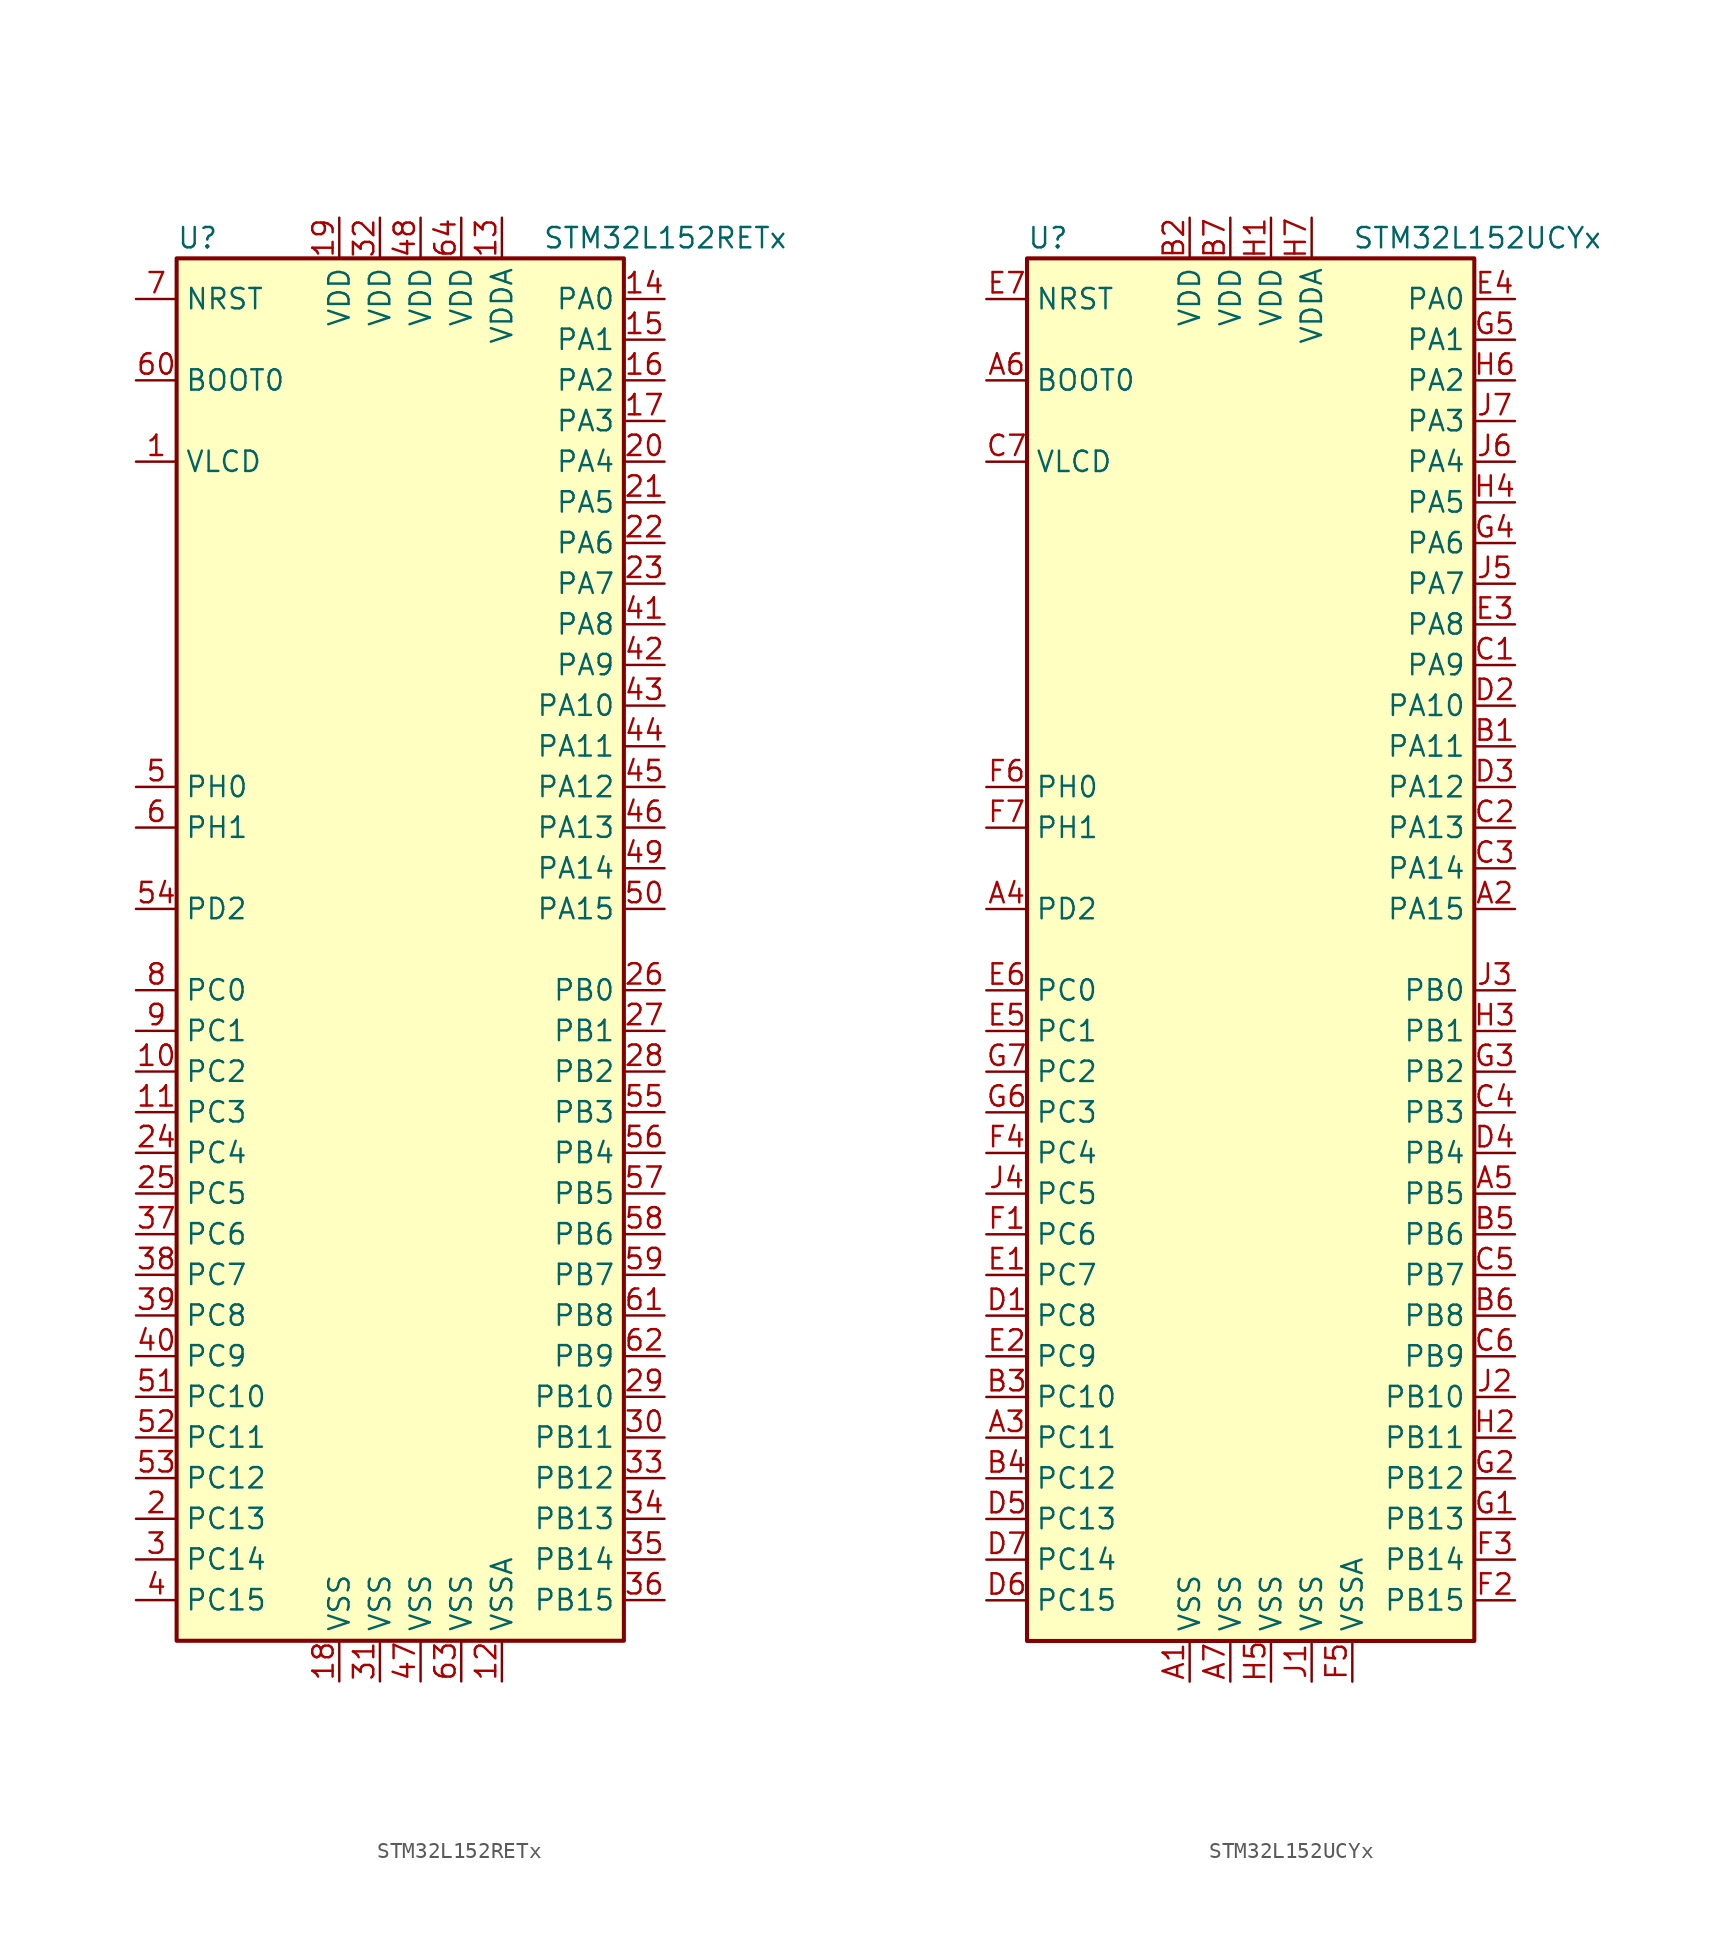
<source format=kicad_sym>
(kicad_symbol_lib
  (version 20201005)
  (generator kicad_symbol_editor)
  (symbol "MCU_ST_STM32L1:STM32L152RETx"
    (property "Reference" "U"
      (at -15.24 44.45 0)
      (effects (font (size 1.27 1.27)) (justify left)))
    (property "Value" "STM32L152RETx"
      (at 7.62 44.45 0)
      (effects (font (size 1.27 1.27)) (justify left)))
    (symbol "STM32L152RETx_0_1"
      (rectangle (start -15.24 -43.18) (end 12.7 43.18) (stroke (width 0.254)) (fill (type background))))
    (symbol "STM32L152RETx_1_1"
      (pin input line (at -17.78 35.56 0) (length 2.54) (name "BOOT0" (effects (font (size 1.27 1.27)))) (number "60" (effects (font (size 1.27 1.27)))))
      (pin input line (at -17.78 40.64 0) (length 2.54) (name "NRST" (effects (font (size 1.27 1.27)))) (number "7" (effects (font (size 1.27 1.27)))))
      (pin bidirectional line (at 15.24 40.64 180) (length 2.54) (name "PA0" (effects (font (size 1.27 1.27)))) (number "14" (effects (font (size 1.27 1.27)))))
      (pin bidirectional line (at 15.24 38.1 180) (length 2.54) (name "PA1" (effects (font (size 1.27 1.27)))) (number "15" (effects (font (size 1.27 1.27)))))
      (pin bidirectional line (at 15.24 15.24 180) (length 2.54) (name "PA10" (effects (font (size 1.27 1.27)))) (number "43" (effects (font (size 1.27 1.27)))))
      (pin bidirectional line (at 15.24 12.7 180) (length 2.54) (name "PA11" (effects (font (size 1.27 1.27)))) (number "44" (effects (font (size 1.27 1.27)))))
      (pin bidirectional line (at 15.24 10.16 180) (length 2.54) (name "PA12" (effects (font (size 1.27 1.27)))) (number "45" (effects (font (size 1.27 1.27)))))
      (pin bidirectional line (at 15.24 7.62 180) (length 2.54) (name "PA13" (effects (font (size 1.27 1.27)))) (number "46" (effects (font (size 1.27 1.27)))))
      (pin bidirectional line (at 15.24 5.08 180) (length 2.54) (name "PA14" (effects (font (size 1.27 1.27)))) (number "49" (effects (font (size 1.27 1.27)))))
      (pin bidirectional line (at 15.24 2.54 180) (length 2.54) (name "PA15" (effects (font (size 1.27 1.27)))) (number "50" (effects (font (size 1.27 1.27)))))
      (pin bidirectional line (at 15.24 35.56 180) (length 2.54) (name "PA2" (effects (font (size 1.27 1.27)))) (number "16" (effects (font (size 1.27 1.27)))))
      (pin bidirectional line (at 15.24 33.02 180) (length 2.54) (name "PA3" (effects (font (size 1.27 1.27)))) (number "17" (effects (font (size 1.27 1.27)))))
      (pin bidirectional line (at 15.24 30.48 180) (length 2.54) (name "PA4" (effects (font (size 1.27 1.27)))) (number "20" (effects (font (size 1.27 1.27)))))
      (pin bidirectional line (at 15.24 27.94 180) (length 2.54) (name "PA5" (effects (font (size 1.27 1.27)))) (number "21" (effects (font (size 1.27 1.27)))))
      (pin bidirectional line (at 15.24 25.4 180) (length 2.54) (name "PA6" (effects (font (size 1.27 1.27)))) (number "22" (effects (font (size 1.27 1.27)))))
      (pin bidirectional line (at 15.24 22.86 180) (length 2.54) (name "PA7" (effects (font (size 1.27 1.27)))) (number "23" (effects (font (size 1.27 1.27)))))
      (pin bidirectional line (at 15.24 20.32 180) (length 2.54) (name "PA8" (effects (font (size 1.27 1.27)))) (number "41" (effects (font (size 1.27 1.27)))))
      (pin bidirectional line (at 15.24 17.78 180) (length 2.54) (name "PA9" (effects (font (size 1.27 1.27)))) (number "42" (effects (font (size 1.27 1.27)))))
      (pin bidirectional line (at 15.24 -2.54 180) (length 2.54) (name "PB0" (effects (font (size 1.27 1.27)))) (number "26" (effects (font (size 1.27 1.27)))))
      (pin bidirectional line (at 15.24 -5.08 180) (length 2.54) (name "PB1" (effects (font (size 1.27 1.27)))) (number "27" (effects (font (size 1.27 1.27)))))
      (pin bidirectional line (at 15.24 -27.94 180) (length 2.54) (name "PB10" (effects (font (size 1.27 1.27)))) (number "29" (effects (font (size 1.27 1.27)))))
      (pin bidirectional line (at 15.24 -30.48 180) (length 2.54) (name "PB11" (effects (font (size 1.27 1.27)))) (number "30" (effects (font (size 1.27 1.27)))))
      (pin bidirectional line (at 15.24 -33.02 180) (length 2.54) (name "PB12" (effects (font (size 1.27 1.27)))) (number "33" (effects (font (size 1.27 1.27)))))
      (pin bidirectional line (at 15.24 -35.56 180) (length 2.54) (name "PB13" (effects (font (size 1.27 1.27)))) (number "34" (effects (font (size 1.27 1.27)))))
      (pin bidirectional line (at 15.24 -38.1 180) (length 2.54) (name "PB14" (effects (font (size 1.27 1.27)))) (number "35" (effects (font (size 1.27 1.27)))))
      (pin bidirectional line (at 15.24 -40.64 180) (length 2.54) (name "PB15" (effects (font (size 1.27 1.27)))) (number "36" (effects (font (size 1.27 1.27)))))
      (pin bidirectional line (at 15.24 -7.62 180) (length 2.54) (name "PB2" (effects (font (size 1.27 1.27)))) (number "28" (effects (font (size 1.27 1.27)))))
      (pin bidirectional line (at 15.24 -10.16 180) (length 2.54) (name "PB3" (effects (font (size 1.27 1.27)))) (number "55" (effects (font (size 1.27 1.27)))))
      (pin bidirectional line (at 15.24 -12.7 180) (length 2.54) (name "PB4" (effects (font (size 1.27 1.27)))) (number "56" (effects (font (size 1.27 1.27)))))
      (pin bidirectional line (at 15.24 -15.24 180) (length 2.54) (name "PB5" (effects (font (size 1.27 1.27)))) (number "57" (effects (font (size 1.27 1.27)))))
      (pin bidirectional line (at 15.24 -17.78 180) (length 2.54) (name "PB6" (effects (font (size 1.27 1.27)))) (number "58" (effects (font (size 1.27 1.27)))))
      (pin bidirectional line (at 15.24 -20.32 180) (length 2.54) (name "PB7" (effects (font (size 1.27 1.27)))) (number "59" (effects (font (size 1.27 1.27)))))
      (pin bidirectional line (at 15.24 -22.86 180) (length 2.54) (name "PB8" (effects (font (size 1.27 1.27)))) (number "61" (effects (font (size 1.27 1.27)))))
      (pin bidirectional line (at 15.24 -25.4 180) (length 2.54) (name "PB9" (effects (font (size 1.27 1.27)))) (number "62" (effects (font (size 1.27 1.27)))))
      (pin bidirectional line (at -17.78 -2.54 0) (length 2.54) (name "PC0" (effects (font (size 1.27 1.27)))) (number "8" (effects (font (size 1.27 1.27)))))
      (pin bidirectional line (at -17.78 -5.08 0) (length 2.54) (name "PC1" (effects (font (size 1.27 1.27)))) (number "9" (effects (font (size 1.27 1.27)))))
      (pin bidirectional line (at -17.78 -27.94 0) (length 2.54) (name "PC10" (effects (font (size 1.27 1.27)))) (number "51" (effects (font (size 1.27 1.27)))))
      (pin bidirectional line (at -17.78 -30.48 0) (length 2.54) (name "PC11" (effects (font (size 1.27 1.27)))) (number "52" (effects (font (size 1.27 1.27)))))
      (pin bidirectional line (at -17.78 -33.02 0) (length 2.54) (name "PC12" (effects (font (size 1.27 1.27)))) (number "53" (effects (font (size 1.27 1.27)))))
      (pin bidirectional line (at -17.78 -35.56 0) (length 2.54) (name "PC13" (effects (font (size 1.27 1.27)))) (number "2" (effects (font (size 1.27 1.27)))))
      (pin bidirectional line (at -17.78 -38.1 0) (length 2.54) (name "PC14" (effects (font (size 1.27 1.27)))) (number "3" (effects (font (size 1.27 1.27)))))
      (pin bidirectional line (at -17.78 -40.64 0) (length 2.54) (name "PC15" (effects (font (size 1.27 1.27)))) (number "4" (effects (font (size 1.27 1.27)))))
      (pin bidirectional line (at -17.78 -7.62 0) (length 2.54) (name "PC2" (effects (font (size 1.27 1.27)))) (number "10" (effects (font (size 1.27 1.27)))))
      (pin bidirectional line (at -17.78 -10.16 0) (length 2.54) (name "PC3" (effects (font (size 1.27 1.27)))) (number "11" (effects (font (size 1.27 1.27)))))
      (pin bidirectional line (at -17.78 -12.7 0) (length 2.54) (name "PC4" (effects (font (size 1.27 1.27)))) (number "24" (effects (font (size 1.27 1.27)))))
      (pin bidirectional line (at -17.78 -15.24 0) (length 2.54) (name "PC5" (effects (font (size 1.27 1.27)))) (number "25" (effects (font (size 1.27 1.27)))))
      (pin bidirectional line (at -17.78 -17.78 0) (length 2.54) (name "PC6" (effects (font (size 1.27 1.27)))) (number "37" (effects (font (size 1.27 1.27)))))
      (pin bidirectional line (at -17.78 -20.32 0) (length 2.54) (name "PC7" (effects (font (size 1.27 1.27)))) (number "38" (effects (font (size 1.27 1.27)))))
      (pin bidirectional line (at -17.78 -22.86 0) (length 2.54) (name "PC8" (effects (font (size 1.27 1.27)))) (number "39" (effects (font (size 1.27 1.27)))))
      (pin bidirectional line (at -17.78 -25.4 0) (length 2.54) (name "PC9" (effects (font (size 1.27 1.27)))) (number "40" (effects (font (size 1.27 1.27)))))
      (pin bidirectional line (at -17.78 2.54 0) (length 2.54) (name "PD2" (effects (font (size 1.27 1.27)))) (number "54" (effects (font (size 1.27 1.27)))))
      (pin input line (at -17.78 10.16 0) (length 2.54) (name "PH0" (effects (font (size 1.27 1.27)))) (number "5" (effects (font (size 1.27 1.27)))))
      (pin input line (at -17.78 7.62 0) (length 2.54) (name "PH1" (effects (font (size 1.27 1.27)))) (number "6" (effects (font (size 1.27 1.27)))))
      (pin power_in line (at -5.08 45.72 270) (length 2.54) (name "VDD" (effects (font (size 1.27 1.27)))) (number "19" (effects (font (size 1.27 1.27)))))
      (pin power_in line (at -2.54 45.72 270) (length 2.54) (name "VDD" (effects (font (size 1.27 1.27)))) (number "32" (effects (font (size 1.27 1.27)))))
      (pin power_in line (at 0 45.72 270) (length 2.54) (name "VDD" (effects (font (size 1.27 1.27)))) (number "48" (effects (font (size 1.27 1.27)))))
      (pin power_in line (at 2.54 45.72 270) (length 2.54) (name "VDD" (effects (font (size 1.27 1.27)))) (number "64" (effects (font (size 1.27 1.27)))))
      (pin power_in line (at 5.08 45.72 270) (length 2.54) (name "VDDA" (effects (font (size 1.27 1.27)))) (number "13" (effects (font (size 1.27 1.27)))))
      (pin power_in line (at -17.78 30.48 0) (length 2.54) (name "VLCD" (effects (font (size 1.27 1.27)))) (number "1" (effects (font (size 1.27 1.27)))))
      (pin power_in line (at -5.08 -45.72 90) (length 2.54) (name "VSS" (effects (font (size 1.27 1.27)))) (number "18" (effects (font (size 1.27 1.27)))))
      (pin power_in line (at -2.54 -45.72 90) (length 2.54) (name "VSS" (effects (font (size 1.27 1.27)))) (number "31" (effects (font (size 1.27 1.27)))))
      (pin power_in line (at 0 -45.72 90) (length 2.54) (name "VSS" (effects (font (size 1.27 1.27)))) (number "47" (effects (font (size 1.27 1.27)))))
      (pin power_in line (at 2.54 -45.72 90) (length 2.54) (name "VSS" (effects (font (size 1.27 1.27)))) (number "63" (effects (font (size 1.27 1.27)))))
      (pin power_in line (at 5.08 -45.72 90) (length 2.54) (name "VSSA" (effects (font (size 1.27 1.27)))) (number "12" (effects (font (size 1.27 1.27)))))))
  (symbol "MCU_ST_STM32L1:STM32L152UCYx"
    (property "Reference" "U"
      (at -15.24 44.45 0)
      (effects (font (size 1.27 1.27)) (justify left)))
    (property "Value" "STM32L152UCYx"
      (at 5.08 44.45 0)
      (effects (font (size 1.27 1.27)) (justify left)))
    (symbol "STM32L152UCYx_0_1"
      (rectangle (start -15.24 -43.18) (end 12.7 43.18) (stroke (width 0.254)) (fill (type background))))
    (symbol "STM32L152UCYx_1_1"
      (pin input line (at -17.78 35.56 0) (length 2.54) (name "BOOT0" (effects (font (size 1.27 1.27)))) (number "A6" (effects (font (size 1.27 1.27)))))
      (pin input line (at -17.78 40.64 0) (length 2.54) (name "NRST" (effects (font (size 1.27 1.27)))) (number "E7" (effects (font (size 1.27 1.27)))))
      (pin bidirectional line (at 15.24 40.64 180) (length 2.54) (name "PA0" (effects (font (size 1.27 1.27)))) (number "E4" (effects (font (size 1.27 1.27)))))
      (pin bidirectional line (at 15.24 38.1 180) (length 2.54) (name "PA1" (effects (font (size 1.27 1.27)))) (number "G5" (effects (font (size 1.27 1.27)))))
      (pin bidirectional line (at 15.24 15.24 180) (length 2.54) (name "PA10" (effects (font (size 1.27 1.27)))) (number "D2" (effects (font (size 1.27 1.27)))))
      (pin bidirectional line (at 15.24 12.7 180) (length 2.54) (name "PA11" (effects (font (size 1.27 1.27)))) (number "B1" (effects (font (size 1.27 1.27)))))
      (pin bidirectional line (at 15.24 10.16 180) (length 2.54) (name "PA12" (effects (font (size 1.27 1.27)))) (number "D3" (effects (font (size 1.27 1.27)))))
      (pin bidirectional line (at 15.24 7.62 180) (length 2.54) (name "PA13" (effects (font (size 1.27 1.27)))) (number "C2" (effects (font (size 1.27 1.27)))))
      (pin bidirectional line (at 15.24 5.08 180) (length 2.54) (name "PA14" (effects (font (size 1.27 1.27)))) (number "C3" (effects (font (size 1.27 1.27)))))
      (pin bidirectional line (at 15.24 2.54 180) (length 2.54) (name "PA15" (effects (font (size 1.27 1.27)))) (number "A2" (effects (font (size 1.27 1.27)))))
      (pin bidirectional line (at 15.24 35.56 180) (length 2.54) (name "PA2" (effects (font (size 1.27 1.27)))) (number "H6" (effects (font (size 1.27 1.27)))))
      (pin bidirectional line (at 15.24 33.02 180) (length 2.54) (name "PA3" (effects (font (size 1.27 1.27)))) (number "J7" (effects (font (size 1.27 1.27)))))
      (pin bidirectional line (at 15.24 30.48 180) (length 2.54) (name "PA4" (effects (font (size 1.27 1.27)))) (number "J6" (effects (font (size 1.27 1.27)))))
      (pin bidirectional line (at 15.24 27.94 180) (length 2.54) (name "PA5" (effects (font (size 1.27 1.27)))) (number "H4" (effects (font (size 1.27 1.27)))))
      (pin bidirectional line (at 15.24 25.4 180) (length 2.54) (name "PA6" (effects (font (size 1.27 1.27)))) (number "G4" (effects (font (size 1.27 1.27)))))
      (pin bidirectional line (at 15.24 22.86 180) (length 2.54) (name "PA7" (effects (font (size 1.27 1.27)))) (number "J5" (effects (font (size 1.27 1.27)))))
      (pin bidirectional line (at 15.24 20.32 180) (length 2.54) (name "PA8" (effects (font (size 1.27 1.27)))) (number "E3" (effects (font (size 1.27 1.27)))))
      (pin bidirectional line (at 15.24 17.78 180) (length 2.54) (name "PA9" (effects (font (size 1.27 1.27)))) (number "C1" (effects (font (size 1.27 1.27)))))
      (pin bidirectional line (at 15.24 -2.54 180) (length 2.54) (name "PB0" (effects (font (size 1.27 1.27)))) (number "J3" (effects (font (size 1.27 1.27)))))
      (pin bidirectional line (at 15.24 -5.08 180) (length 2.54) (name "PB1" (effects (font (size 1.27 1.27)))) (number "H3" (effects (font (size 1.27 1.27)))))
      (pin bidirectional line (at 15.24 -27.94 180) (length 2.54) (name "PB10" (effects (font (size 1.27 1.27)))) (number "J2" (effects (font (size 1.27 1.27)))))
      (pin bidirectional line (at 15.24 -30.48 180) (length 2.54) (name "PB11" (effects (font (size 1.27 1.27)))) (number "H2" (effects (font (size 1.27 1.27)))))
      (pin bidirectional line (at 15.24 -33.02 180) (length 2.54) (name "PB12" (effects (font (size 1.27 1.27)))) (number "G2" (effects (font (size 1.27 1.27)))))
      (pin bidirectional line (at 15.24 -35.56 180) (length 2.54) (name "PB13" (effects (font (size 1.27 1.27)))) (number "G1" (effects (font (size 1.27 1.27)))))
      (pin bidirectional line (at 15.24 -38.1 180) (length 2.54) (name "PB14" (effects (font (size 1.27 1.27)))) (number "F3" (effects (font (size 1.27 1.27)))))
      (pin bidirectional line (at 15.24 -40.64 180) (length 2.54) (name "PB15" (effects (font (size 1.27 1.27)))) (number "F2" (effects (font (size 1.27 1.27)))))
      (pin bidirectional line (at 15.24 -7.62 180) (length 2.54) (name "PB2" (effects (font (size 1.27 1.27)))) (number "G3" (effects (font (size 1.27 1.27)))))
      (pin bidirectional line (at 15.24 -10.16 180) (length 2.54) (name "PB3" (effects (font (size 1.27 1.27)))) (number "C4" (effects (font (size 1.27 1.27)))))
      (pin bidirectional line (at 15.24 -12.7 180) (length 2.54) (name "PB4" (effects (font (size 1.27 1.27)))) (number "D4" (effects (font (size 1.27 1.27)))))
      (pin bidirectional line (at 15.24 -15.24 180) (length 2.54) (name "PB5" (effects (font (size 1.27 1.27)))) (number "A5" (effects (font (size 1.27 1.27)))))
      (pin bidirectional line (at 15.24 -17.78 180) (length 2.54) (name "PB6" (effects (font (size 1.27 1.27)))) (number "B5" (effects (font (size 1.27 1.27)))))
      (pin bidirectional line (at 15.24 -20.32 180) (length 2.54) (name "PB7" (effects (font (size 1.27 1.27)))) (number "C5" (effects (font (size 1.27 1.27)))))
      (pin bidirectional line (at 15.24 -22.86 180) (length 2.54) (name "PB8" (effects (font (size 1.27 1.27)))) (number "B6" (effects (font (size 1.27 1.27)))))
      (pin bidirectional line (at 15.24 -25.4 180) (length 2.54) (name "PB9" (effects (font (size 1.27 1.27)))) (number "C6" (effects (font (size 1.27 1.27)))))
      (pin bidirectional line (at -17.78 -2.54 0) (length 2.54) (name "PC0" (effects (font (size 1.27 1.27)))) (number "E6" (effects (font (size 1.27 1.27)))))
      (pin bidirectional line (at -17.78 -5.08 0) (length 2.54) (name "PC1" (effects (font (size 1.27 1.27)))) (number "E5" (effects (font (size 1.27 1.27)))))
      (pin bidirectional line (at -17.78 -27.94 0) (length 2.54) (name "PC10" (effects (font (size 1.27 1.27)))) (number "B3" (effects (font (size 1.27 1.27)))))
      (pin bidirectional line (at -17.78 -30.48 0) (length 2.54) (name "PC11" (effects (font (size 1.27 1.27)))) (number "A3" (effects (font (size 1.27 1.27)))))
      (pin bidirectional line (at -17.78 -33.02 0) (length 2.54) (name "PC12" (effects (font (size 1.27 1.27)))) (number "B4" (effects (font (size 1.27 1.27)))))
      (pin bidirectional line (at -17.78 -35.56 0) (length 2.54) (name "PC13" (effects (font (size 1.27 1.27)))) (number "D5" (effects (font (size 1.27 1.27)))))
      (pin bidirectional line (at -17.78 -38.1 0) (length 2.54) (name "PC14" (effects (font (size 1.27 1.27)))) (number "D7" (effects (font (size 1.27 1.27)))))
      (pin bidirectional line (at -17.78 -40.64 0) (length 2.54) (name "PC15" (effects (font (size 1.27 1.27)))) (number "D6" (effects (font (size 1.27 1.27)))))
      (pin bidirectional line (at -17.78 -7.62 0) (length 2.54) (name "PC2" (effects (font (size 1.27 1.27)))) (number "G7" (effects (font (size 1.27 1.27)))))
      (pin bidirectional line (at -17.78 -10.16 0) (length 2.54) (name "PC3" (effects (font (size 1.27 1.27)))) (number "G6" (effects (font (size 1.27 1.27)))))
      (pin bidirectional line (at -17.78 -12.7 0) (length 2.54) (name "PC4" (effects (font (size 1.27 1.27)))) (number "F4" (effects (font (size 1.27 1.27)))))
      (pin bidirectional line (at -17.78 -15.24 0) (length 2.54) (name "PC5" (effects (font (size 1.27 1.27)))) (number "J4" (effects (font (size 1.27 1.27)))))
      (pin bidirectional line (at -17.78 -17.78 0) (length 2.54) (name "PC6" (effects (font (size 1.27 1.27)))) (number "F1" (effects (font (size 1.27 1.27)))))
      (pin bidirectional line (at -17.78 -20.32 0) (length 2.54) (name "PC7" (effects (font (size 1.27 1.27)))) (number "E1" (effects (font (size 1.27 1.27)))))
      (pin bidirectional line (at -17.78 -22.86 0) (length 2.54) (name "PC8" (effects (font (size 1.27 1.27)))) (number "D1" (effects (font (size 1.27 1.27)))))
      (pin bidirectional line (at -17.78 -25.4 0) (length 2.54) (name "PC9" (effects (font (size 1.27 1.27)))) (number "E2" (effects (font (size 1.27 1.27)))))
      (pin bidirectional line (at -17.78 2.54 0) (length 2.54) (name "PD2" (effects (font (size 1.27 1.27)))) (number "A4" (effects (font (size 1.27 1.27)))))
      (pin input line (at -17.78 10.16 0) (length 2.54) (name "PH0" (effects (font (size 1.27 1.27)))) (number "F6" (effects (font (size 1.27 1.27)))))
      (pin input line (at -17.78 7.62 0) (length 2.54) (name "PH1" (effects (font (size 1.27 1.27)))) (number "F7" (effects (font (size 1.27 1.27)))))
      (pin power_in line (at -5.08 45.72 270) (length 2.54) (name "VDD" (effects (font (size 1.27 1.27)))) (number "B2" (effects (font (size 1.27 1.27)))))
      (pin power_in line (at -2.54 45.72 270) (length 2.54) (name "VDD" (effects (font (size 1.27 1.27)))) (number "B7" (effects (font (size 1.27 1.27)))))
      (pin power_in line (at 0 45.72 270) (length 2.54) (name "VDD" (effects (font (size 1.27 1.27)))) (number "H1" (effects (font (size 1.27 1.27)))))
      (pin power_in line (at 2.54 45.72 270) (length 2.54) (name "VDDA" (effects (font (size 1.27 1.27)))) (number "H7" (effects (font (size 1.27 1.27)))))
      (pin power_in line (at -17.78 30.48 0) (length 2.54) (name "VLCD" (effects (font (size 1.27 1.27)))) (number "C7" (effects (font (size 1.27 1.27)))))
      (pin power_in line (at -5.08 -45.72 90) (length 2.54) (name "VSS" (effects (font (size 1.27 1.27)))) (number "A1" (effects (font (size 1.27 1.27)))))
      (pin power_in line (at -2.54 -45.72 90) (length 2.54) (name "VSS" (effects (font (size 1.27 1.27)))) (number "A7" (effects (font (size 1.27 1.27)))))
      (pin power_in line (at 0 -45.72 90) (length 2.54) (name "VSS" (effects (font (size 1.27 1.27)))) (number "H5" (effects (font (size 1.27 1.27)))))
      (pin power_in line (at 2.54 -45.72 90) (length 2.54) (name "VSS" (effects (font (size 1.27 1.27)))) (number "J1" (effects (font (size 1.27 1.27)))))
      (pin power_in line (at 5.08 -45.72 90) (length 2.54) (name "VSSA" (effects (font (size 1.27 1.27)))) (number "F5" (effects (font (size 1.27 1.27))))))))
</source>
